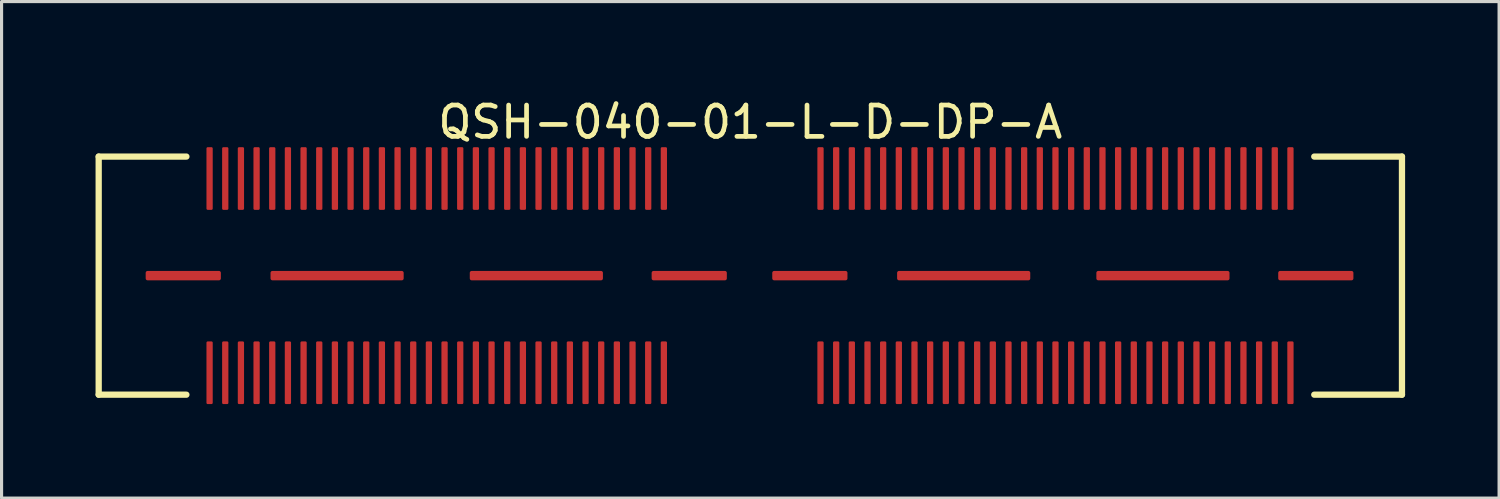
<source format=kicad_pcb>
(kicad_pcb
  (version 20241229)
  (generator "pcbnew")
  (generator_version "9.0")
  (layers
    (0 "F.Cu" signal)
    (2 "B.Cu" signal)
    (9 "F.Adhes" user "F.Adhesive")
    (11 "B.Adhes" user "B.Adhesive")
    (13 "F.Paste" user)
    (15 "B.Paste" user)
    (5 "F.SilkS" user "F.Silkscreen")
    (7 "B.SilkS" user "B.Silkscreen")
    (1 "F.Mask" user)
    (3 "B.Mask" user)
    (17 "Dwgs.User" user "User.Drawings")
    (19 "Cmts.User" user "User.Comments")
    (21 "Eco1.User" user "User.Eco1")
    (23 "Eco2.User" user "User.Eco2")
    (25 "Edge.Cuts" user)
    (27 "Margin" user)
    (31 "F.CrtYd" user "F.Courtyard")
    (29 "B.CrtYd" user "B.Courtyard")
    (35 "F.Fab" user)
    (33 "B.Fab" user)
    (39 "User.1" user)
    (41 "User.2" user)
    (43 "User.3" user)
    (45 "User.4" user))
  (footprint "QSH-040-01-L-D-DP-A"
    (layer "F.Cu")
    (at 20.9 5.748)
    (property "Reference" "QSH-040-01-L-D-DP-A" (at 0 -4.9 0) (layer "F.SilkS") (effects (font (size 1 1) (thickness 0.15))))
    (attr through_hole)
    (fp_line (start -20.8 -3.8) (end -20.8 3.8) (stroke (width 0.2) (type solid)) (layer "F.SilkS"))
    (fp_line (start -20.8 3.8) (end -18 3.8) (stroke (width 0.2) (type solid)) (layer "F.SilkS"))
    (fp_line (start -18 -3.8) (end -20.8 -3.8) (stroke (width 0.2) (type solid)) (layer "F.SilkS"))
    (fp_line (start 18 3.8) (end 20.8 3.8) (stroke (width 0.2) (type solid)) (layer "F.SilkS"))
    (fp_line (start 20.8 -3.8) (end 18 -3.8) (stroke (width 0.2) (type solid)) (layer "F.SilkS"))
    (fp_line (start 20.8 3.8) (end 20.8 -3.8) (stroke (width 0.2) (type solid)) (layer "F.SilkS"))
    (pad "1" smd roundrect (at -18.1 0 270) (size 0.3 2.4) (layers "F.Cu" "F.Mask" "F.Paste") (roundrect_rratio 0.2))
    (pad "1" smd roundrect (at -17.26 -3.1) (size 0.2 2) (layers "F.Cu" "F.Mask" "F.Paste") (roundrect_rratio 0.2))
    (pad "1" smd roundrect (at -13.19 0 270) (size 0.3 4.25) (layers "F.Cu" "F.Mask" "F.Paste") (roundrect_rratio 0.2))
    (pad "1" smd roundrect (at -6.83 0 270) (size 0.3 4.25) (layers "F.Cu" "F.Mask" "F.Paste") (roundrect_rratio 0.2))
    (pad "1" smd roundrect (at -1.95 0 270) (size 0.3 2.4) (layers "F.Cu" "F.Mask" "F.Paste") (roundrect_rratio 0.2))
    (pad "1" smd roundrect (at 1.9 0 270) (size 0.3 2.4) (layers "F.Cu" "F.Mask" "F.Paste") (roundrect_rratio 0.2))
    (pad "1" smd roundrect (at 6.81 0 270) (size 0.3 4.25) (layers "F.Cu" "F.Mask" "F.Paste") (roundrect_rratio 0.2))
    (pad "1" smd roundrect (at 13.17 0 270) (size 0.3 4.25) (layers "F.Cu" "F.Mask" "F.Paste") (roundrect_rratio 0.2))
    (pad "1" smd roundrect (at 18.05 0 270) (size 0.3 2.4) (layers "F.Cu" "F.Mask" "F.Paste") (roundrect_rratio 0.2))
    (pad "2" smd roundrect (at -17.26 3.1) (size 0.2 2) (layers "F.Cu" "F.Mask" "F.Paste") (roundrect_rratio 0.2))
    (pad "3" smd roundrect (at -16.76 -3.1) (size 0.2 2) (layers "F.Cu" "F.Mask" "F.Paste") (roundrect_rratio 0.2))
    (pad "4" smd roundrect (at -16.76 3.1) (size 0.2 2) (layers "F.Cu" "F.Mask" "F.Paste") (roundrect_rratio 0.2))
    (pad "5" smd roundrect (at -16.26 -3.1) (size 0.2 2) (layers "F.Cu" "F.Mask" "F.Paste") (roundrect_rratio 0.2))
    (pad "6" smd roundrect (at -16.26 3.1) (size 0.2 2) (layers "F.Cu" "F.Mask" "F.Paste") (roundrect_rratio 0.2))
    (pad "7" smd roundrect (at -15.76 -3.1) (size 0.2 2) (layers "F.Cu" "F.Mask" "F.Paste") (roundrect_rratio 0.2))
    (pad "8" smd roundrect (at -15.76 3.1) (size 0.2 2) (layers "F.Cu" "F.Mask" "F.Paste") (roundrect_rratio 0.2))
    (pad "9" smd roundrect (at -15.26 -3.1) (size 0.2 2) (layers "F.Cu" "F.Mask" "F.Paste") (roundrect_rratio 0.2))
    (pad "10" smd roundrect (at -15.26 3.1) (size 0.2 2) (layers "F.Cu" "F.Mask" "F.Paste") (roundrect_rratio 0.2))
    (pad "11" smd roundrect (at -14.76 -3.1) (size 0.2 2) (layers "F.Cu" "F.Mask" "F.Paste") (roundrect_rratio 0.2))
    (pad "12" smd roundrect (at -14.76 3.1) (size 0.2 2) (layers "F.Cu" "F.Mask" "F.Paste") (roundrect_rratio 0.2))
    (pad "13" smd roundrect (at -14.26 -3.1) (size 0.2 2) (layers "F.Cu" "F.Mask" "F.Paste") (roundrect_rratio 0.2))
    (pad "14" smd roundrect (at -14.26 3.1) (size 0.2 2) (layers "F.Cu" "F.Mask" "F.Paste") (roundrect_rratio 0.2))
    (pad "15" smd roundrect (at -13.76 -3.1) (size 0.2 2) (layers "F.Cu" "F.Mask" "F.Paste") (roundrect_rratio 0.2))
    (pad "16" smd roundrect (at -13.76 3.1) (size 0.2 2) (layers "F.Cu" "F.Mask" "F.Paste") (roundrect_rratio 0.2))
    (pad "17" smd roundrect (at -13.26 -3.1) (size 0.2 2) (layers "F.Cu" "F.Mask" "F.Paste") (roundrect_rratio 0.2))
    (pad "18" smd roundrect (at -13.26 3.1) (size 0.2 2) (layers "F.Cu" "F.Mask" "F.Paste") (roundrect_rratio 0.2))
    (pad "19" smd roundrect (at -12.76 -3.1) (size 0.2 2) (layers "F.Cu" "F.Mask" "F.Paste") (roundrect_rratio 0.2))
    (pad "20" smd roundrect (at -12.76 3.1) (size 0.2 2) (layers "F.Cu" "F.Mask" "F.Paste") (roundrect_rratio 0.2))
    (pad "21" smd roundrect (at -12.26 -3.1) (size 0.2 2) (layers "F.Cu" "F.Mask" "F.Paste") (roundrect_rratio 0.2))
    (pad "22" smd roundrect (at -12.26 3.1) (size 0.2 2) (layers "F.Cu" "F.Mask" "F.Paste") (roundrect_rratio 0.2))
    (pad "23" smd roundrect (at -11.76 -3.1) (size 0.2 2) (layers "F.Cu" "F.Mask" "F.Paste") (roundrect_rratio 0.2))
    (pad "24" smd roundrect (at -11.76 3.1) (size 0.2 2) (layers "F.Cu" "F.Mask" "F.Paste") (roundrect_rratio 0.2))
    (pad "25" smd roundrect (at -11.26 -3.1) (size 0.2 2) (layers "F.Cu" "F.Mask" "F.Paste") (roundrect_rratio 0.2))
    (pad "26" smd roundrect (at -11.26 3.1) (size 0.2 2) (layers "F.Cu" "F.Mask" "F.Paste") (roundrect_rratio 0.2))
    (pad "27" smd roundrect (at -10.76 -3.1) (size 0.2 2) (layers "F.Cu" "F.Mask" "F.Paste") (roundrect_rratio 0.2))
    (pad "28" smd roundrect (at -10.76 3.1) (size 0.2 2) (layers "F.Cu" "F.Mask" "F.Paste") (roundrect_rratio 0.2))
    (pad "29" smd roundrect (at -10.26 -3.1) (size 0.2 2) (layers "F.Cu" "F.Mask" "F.Paste") (roundrect_rratio 0.2))
    (pad "30" smd roundrect (at -10.26 3.1) (size 0.2 2) (layers "F.Cu" "F.Mask" "F.Paste") (roundrect_rratio 0.2))
    (pad "31" smd roundrect (at -9.76 -3.1) (size 0.2 2) (layers "F.Cu" "F.Mask" "F.Paste") (roundrect_rratio 0.2))
    (pad "32" smd roundrect (at -9.76 3.1) (size 0.2 2) (layers "F.Cu" "F.Mask" "F.Paste") (roundrect_rratio 0.2))
    (pad "33" smd roundrect (at -9.26 -3.1) (size 0.2 2) (layers "F.Cu" "F.Mask" "F.Paste") (roundrect_rratio 0.2))
    (pad "34" smd roundrect (at -9.26 3.1) (size 0.2 2) (layers "F.Cu" "F.Mask" "F.Paste") (roundrect_rratio 0.2))
    (pad "35" smd roundrect (at -8.76 -3.1) (size 0.2 2) (layers "F.Cu" "F.Mask" "F.Paste") (roundrect_rratio 0.2))
    (pad "36" smd roundrect (at -8.76 3.1) (size 0.2 2) (layers "F.Cu" "F.Mask" "F.Paste") (roundrect_rratio 0.2))
    (pad "37" smd roundrect (at -8.26 -3.1) (size 0.2 2) (layers "F.Cu" "F.Mask" "F.Paste") (roundrect_rratio 0.2))
    (pad "38" smd roundrect (at -8.26 3.1) (size 0.2 2) (layers "F.Cu" "F.Mask" "F.Paste") (roundrect_rratio 0.2))
    (pad "39" smd roundrect (at -7.76 -3.1) (size 0.2 2) (layers "F.Cu" "F.Mask" "F.Paste") (roundrect_rratio 0.2))
    (pad "40" smd roundrect (at -7.76 3.1) (size 0.2 2) (layers "F.Cu" "F.Mask" "F.Paste") (roundrect_rratio 0.2))
    (pad "41" smd roundrect (at -7.26 -3.1) (size 0.2 2) (layers "F.Cu" "F.Mask" "F.Paste") (roundrect_rratio 0.2))
    (pad "42" smd roundrect (at -7.26 3.1) (size 0.2 2) (layers "F.Cu" "F.Mask" "F.Paste") (roundrect_rratio 0.2))
    (pad "43" smd roundrect (at -6.76 -3.1) (size 0.2 2) (layers "F.Cu" "F.Mask" "F.Paste") (roundrect_rratio 0.2))
    (pad "44" smd roundrect (at -6.76 3.1) (size 0.2 2) (layers "F.Cu" "F.Mask" "F.Paste") (roundrect_rratio 0.2))
    (pad "45" smd roundrect (at -6.26 -3.1) (size 0.2 2) (layers "F.Cu" "F.Mask" "F.Paste") (roundrect_rratio 0.2))
    (pad "46" smd roundrect (at -6.26 3.1) (size 0.2 2) (layers "F.Cu" "F.Mask" "F.Paste") (roundrect_rratio 0.2))
    (pad "47" smd roundrect (at -5.76 -3.1) (size 0.2 2) (layers "F.Cu" "F.Mask" "F.Paste") (roundrect_rratio 0.2))
    (pad "48" smd roundrect (at -5.76 3.1) (size 0.2 2) (layers "F.Cu" "F.Mask" "F.Paste") (roundrect_rratio 0.2))
    (pad "49" smd roundrect (at -5.26 -3.1) (size 0.2 2) (layers "F.Cu" "F.Mask" "F.Paste") (roundrect_rratio 0.2))
    (pad "50" smd roundrect (at -5.26 3.1) (size 0.2 2) (layers "F.Cu" "F.Mask" "F.Paste") (roundrect_rratio 0.2))
    (pad "51" smd roundrect (at -4.76 -3.1) (size 0.2 2) (layers "F.Cu" "F.Mask" "F.Paste") (roundrect_rratio 0.2))
    (pad "52" smd roundrect (at -4.76 3.1) (size 0.2 2) (layers "F.Cu" "F.Mask" "F.Paste") (roundrect_rratio 0.2))
    (pad "53" smd roundrect (at -4.26 -3.1) (size 0.2 2) (layers "F.Cu" "F.Mask" "F.Paste") (roundrect_rratio 0.2))
    (pad "54" smd roundrect (at -4.26 3.1) (size 0.2 2) (layers "F.Cu" "F.Mask" "F.Paste") (roundrect_rratio 0.2))
    (pad "55" smd roundrect (at -3.76 -3.1) (size 0.2 2) (layers "F.Cu" "F.Mask" "F.Paste") (roundrect_rratio 0.2))
    (pad "56" smd roundrect (at -3.76 3.1) (size 0.2 2) (layers "F.Cu" "F.Mask" "F.Paste") (roundrect_rratio 0.2))
    (pad "57" smd roundrect (at -3.26 -3.1) (size 0.2 2) (layers "F.Cu" "F.Mask" "F.Paste") (roundrect_rratio 0.2))
    (pad "58" smd roundrect (at -3.26 3.1) (size 0.2 2) (layers "F.Cu" "F.Mask" "F.Paste") (roundrect_rratio 0.2))
    (pad "59" smd roundrect (at -2.76 -3.1) (size 0.2 2) (layers "F.Cu" "F.Mask" "F.Paste") (roundrect_rratio 0.2))
    (pad "60" smd roundrect (at -2.76 3.1) (size 0.2 2) (layers "F.Cu" "F.Mask" "F.Paste") (roundrect_rratio 0.2))
    (pad "79" smd roundrect (at 2.24 -3.1) (size 0.2 2) (layers "F.Cu" "F.Mask" "F.Paste") (roundrect_rratio 0.2))
    (pad "80" smd roundrect (at 2.24 3.1) (size 0.2 2) (layers "F.Cu" "F.Mask" "F.Paste") (roundrect_rratio 0.2))
    (pad "81" smd roundrect (at 2.74 -3.1) (size 0.2 2) (layers "F.Cu" "F.Mask" "F.Paste") (roundrect_rratio 0.2))
    (pad "82" smd roundrect (at 2.74 3.1) (size 0.2 2) (layers "F.Cu" "F.Mask" "F.Paste") (roundrect_rratio 0.2))
    (pad "83" smd roundrect (at 3.24 -3.1) (size 0.2 2) (layers "F.Cu" "F.Mask" "F.Paste") (roundrect_rratio 0.2))
    (pad "84" smd roundrect (at 3.24 3.1) (size 0.2 2) (layers "F.Cu" "F.Mask" "F.Paste") (roundrect_rratio 0.2))
    (pad "85" smd roundrect (at 3.74 -3.1) (size 0.2 2) (layers "F.Cu" "F.Mask" "F.Paste") (roundrect_rratio 0.2))
    (pad "86" smd roundrect (at 3.74 3.1) (size 0.2 2) (layers "F.Cu" "F.Mask" "F.Paste") (roundrect_rratio 0.2))
    (pad "87" smd roundrect (at 4.24 -3.1) (size 0.2 2) (layers "F.Cu" "F.Mask" "F.Paste") (roundrect_rratio 0.2))
    (pad "88" smd roundrect (at 4.24 3.1) (size 0.2 2) (layers "F.Cu" "F.Mask" "F.Paste") (roundrect_rratio 0.2))
    (pad "89" smd roundrect (at 4.74 -3.1) (size 0.2 2) (layers "F.Cu" "F.Mask" "F.Paste") (roundrect_rratio 0.2))
    (pad "90" smd roundrect (at 4.74 3.1) (size 0.2 2) (layers "F.Cu" "F.Mask" "F.Paste") (roundrect_rratio 0.2))
    (pad "91" smd roundrect (at 5.24 -3.1) (size 0.2 2) (layers "F.Cu" "F.Mask" "F.Paste") (roundrect_rratio 0.2))
    (pad "92" smd roundrect (at 5.24 3.1) (size 0.2 2) (layers "F.Cu" "F.Mask" "F.Paste") (roundrect_rratio 0.2))
    (pad "93" smd roundrect (at 5.74 -3.1) (size 0.2 2) (layers "F.Cu" "F.Mask" "F.Paste") (roundrect_rratio 0.2))
    (pad "94" smd roundrect (at 5.74 3.1) (size 0.2 2) (layers "F.Cu" "F.Mask" "F.Paste") (roundrect_rratio 0.2))
    (pad "95" smd roundrect (at 6.24 -3.1) (size 0.2 2) (layers "F.Cu" "F.Mask" "F.Paste") (roundrect_rratio 0.2))
    (pad "96" smd roundrect (at 6.24 3.1) (size 0.2 2) (layers "F.Cu" "F.Mask" "F.Paste") (roundrect_rratio 0.2))
    (pad "97" smd roundrect (at 6.74 -3.1) (size 0.2 2) (layers "F.Cu" "F.Mask" "F.Paste") (roundrect_rratio 0.2))
    (pad "98" smd roundrect (at 6.74 3.1) (size 0.2 2) (layers "F.Cu" "F.Mask" "F.Paste") (roundrect_rratio 0.2))
    (pad "99" smd roundrect (at 7.24 -3.1) (size 0.2 2) (layers "F.Cu" "F.Mask" "F.Paste") (roundrect_rratio 0.2))
    (pad "100" smd roundrect (at 7.24 3.1) (size 0.2 2) (layers "F.Cu" "F.Mask" "F.Paste") (roundrect_rratio 0.2))
    (pad "101" smd roundrect (at 7.74 -3.1) (size 0.2 2) (layers "F.Cu" "F.Mask" "F.Paste") (roundrect_rratio 0.2))
    (pad "102" smd roundrect (at 7.74 3.1) (size 0.2 2) (layers "F.Cu" "F.Mask" "F.Paste") (roundrect_rratio 0.2))
    (pad "103" smd roundrect (at 8.24 -3.1) (size 0.2 2) (layers "F.Cu" "F.Mask" "F.Paste") (roundrect_rratio 0.2))
    (pad "104" smd roundrect (at 8.24 3.1) (size 0.2 2) (layers "F.Cu" "F.Mask" "F.Paste") (roundrect_rratio 0.2))
    (pad "105" smd roundrect (at 8.74 -3.1) (size 0.2 2) (layers "F.Cu" "F.Mask" "F.Paste") (roundrect_rratio 0.2))
    (pad "106" smd roundrect (at 8.74 3.1) (size 0.2 2) (layers "F.Cu" "F.Mask" "F.Paste") (roundrect_rratio 0.2))
    (pad "107" smd roundrect (at 9.24 -3.1) (size 0.2 2) (layers "F.Cu" "F.Mask" "F.Paste") (roundrect_rratio 0.2))
    (pad "108" smd roundrect (at 9.24 3.1) (size 0.2 2) (layers "F.Cu" "F.Mask" "F.Paste") (roundrect_rratio 0.2))
    (pad "109" smd roundrect (at 9.74 -3.1) (size 0.2 2) (layers "F.Cu" "F.Mask" "F.Paste") (roundrect_rratio 0.2))
    (pad "110" smd roundrect (at 9.74 3.1) (size 0.2 2) (layers "F.Cu" "F.Mask" "F.Paste") (roundrect_rratio 0.2))
    (pad "111" smd roundrect (at 10.24 -3.1) (size 0.2 2) (layers "F.Cu" "F.Mask" "F.Paste") (roundrect_rratio 0.2))
    (pad "112" smd roundrect (at 10.24 3.1) (size 0.2 2) (layers "F.Cu" "F.Mask" "F.Paste") (roundrect_rratio 0.2))
    (pad "113" smd roundrect (at 10.74 -3.1) (size 0.2 2) (layers "F.Cu" "F.Mask" "F.Paste") (roundrect_rratio 0.2))
    (pad "114" smd roundrect (at 10.74 3.1) (size 0.2 2) (layers "F.Cu" "F.Mask" "F.Paste") (roundrect_rratio 0.2))
    (pad "115" smd roundrect (at 11.24 -3.1) (size 0.2 2) (layers "F.Cu" "F.Mask" "F.Paste") (roundrect_rratio 0.2))
    (pad "116" smd roundrect (at 11.24 3.1) (size 0.2 2) (layers "F.Cu" "F.Mask" "F.Paste") (roundrect_rratio 0.2))
    (pad "117" smd roundrect (at 11.74 -3.1) (size 0.2 2) (layers "F.Cu" "F.Mask" "F.Paste") (roundrect_rratio 0.2))
    (pad "118" smd roundrect (at 11.74 3.1) (size 0.2 2) (layers "F.Cu" "F.Mask" "F.Paste") (roundrect_rratio 0.2))
    (pad "119" smd roundrect (at 12.24 -3.1) (size 0.2 2) (layers "F.Cu" "F.Mask" "F.Paste") (roundrect_rratio 0.2))
    (pad "120" smd roundrect (at 12.24 3.1) (size 0.2 2) (layers "F.Cu" "F.Mask" "F.Paste") (roundrect_rratio 0.2))
    (pad "121" smd roundrect (at 12.74 -3.1) (size 0.2 2) (layers "F.Cu" "F.Mask" "F.Paste") (roundrect_rratio 0.2))
    (pad "122" smd roundrect (at 12.74 3.1) (size 0.2 2) (layers "F.Cu" "F.Mask" "F.Paste") (roundrect_rratio 0.2))
    (pad "123" smd roundrect (at 13.24 -3.1) (size 0.2 2) (layers "F.Cu" "F.Mask" "F.Paste") (roundrect_rratio 0.2))
    (pad "124" smd roundrect (at 13.24 3.1) (size 0.2 2) (layers "F.Cu" "F.Mask" "F.Paste") (roundrect_rratio 0.2))
    (pad "125" smd roundrect (at 13.74 -3.1) (size 0.2 2) (layers "F.Cu" "F.Mask" "F.Paste") (roundrect_rratio 0.2))
    (pad "126" smd roundrect (at 13.74 3.1) (size 0.2 2) (layers "F.Cu" "F.Mask" "F.Paste") (roundrect_rratio 0.2))
    (pad "127" smd roundrect (at 14.24 -3.1) (size 0.2 2) (layers "F.Cu" "F.Mask" "F.Paste") (roundrect_rratio 0.2))
    (pad "128" smd roundrect (at 14.24 3.1) (size 0.2 2) (layers "F.Cu" "F.Mask" "F.Paste") (roundrect_rratio 0.2))
    (pad "129" smd roundrect (at 14.74 -3.1) (size 0.2 2) (layers "F.Cu" "F.Mask" "F.Paste") (roundrect_rratio 0.2))
    (pad "130" smd roundrect (at 14.74 3.1) (size 0.2 2) (layers "F.Cu" "F.Mask" "F.Paste") (roundrect_rratio 0.2))
    (pad "131" smd roundrect (at 15.24 -3.1) (size 0.2 2) (layers "F.Cu" "F.Mask" "F.Paste") (roundrect_rratio 0.2))
    (pad "132" smd roundrect (at 15.24 3.1) (size 0.2 2) (layers "F.Cu" "F.Mask" "F.Paste") (roundrect_rratio 0.2))
    (pad "133" smd roundrect (at 15.74 -3.1) (size 0.2 2) (layers "F.Cu" "F.Mask" "F.Paste") (roundrect_rratio 0.2))
    (pad "134" smd roundrect (at 15.74 3.1) (size 0.2 2) (layers "F.Cu" "F.Mask" "F.Paste") (roundrect_rratio 0.2))
    (pad "135" smd roundrect (at 16.24 -3.1) (size 0.2 2) (layers "F.Cu" "F.Mask" "F.Paste") (roundrect_rratio 0.2))
    (pad "136" smd roundrect (at 16.24 3.1) (size 0.2 2) (layers "F.Cu" "F.Mask" "F.Paste") (roundrect_rratio 0.2))
    (pad "137" smd roundrect (at 16.74 -3.1) (size 0.2 2) (layers "F.Cu" "F.Mask" "F.Paste") (roundrect_rratio 0.2))
    (pad "138" smd roundrect (at 16.74 3.1) (size 0.2 2) (layers "F.Cu" "F.Mask" "F.Paste") (roundrect_rratio 0.2))
    (pad "139" smd roundrect (at 17.24 -3.1) (size 0.2 2) (layers "F.Cu" "F.Mask" "F.Paste") (roundrect_rratio 0.2))
    (pad "140" smd roundrect (at 17.24 3.1) (size 0.2 2) (layers "F.Cu" "F.Mask" "F.Paste") (roundrect_rratio 0.2)))
  (gr_rect
    (start -3 -3)
    (end 44.8 12.848)
    (stroke (width 0.1) (type default))
    (fill no)
    (layer "Edge.Cuts")))
</source>
